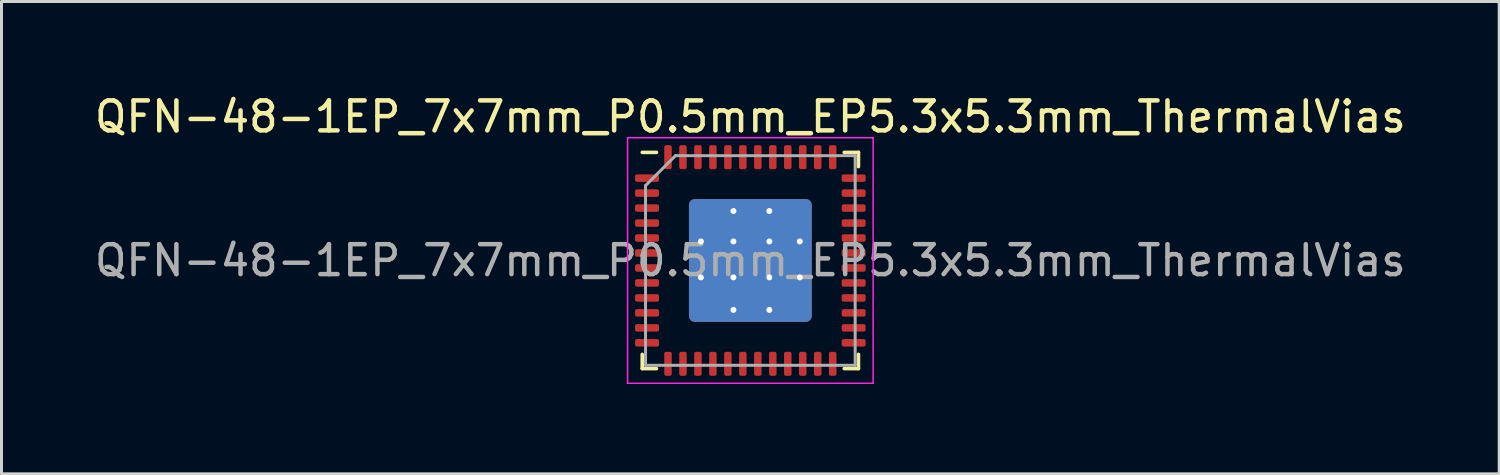
<source format=kicad_pcb>
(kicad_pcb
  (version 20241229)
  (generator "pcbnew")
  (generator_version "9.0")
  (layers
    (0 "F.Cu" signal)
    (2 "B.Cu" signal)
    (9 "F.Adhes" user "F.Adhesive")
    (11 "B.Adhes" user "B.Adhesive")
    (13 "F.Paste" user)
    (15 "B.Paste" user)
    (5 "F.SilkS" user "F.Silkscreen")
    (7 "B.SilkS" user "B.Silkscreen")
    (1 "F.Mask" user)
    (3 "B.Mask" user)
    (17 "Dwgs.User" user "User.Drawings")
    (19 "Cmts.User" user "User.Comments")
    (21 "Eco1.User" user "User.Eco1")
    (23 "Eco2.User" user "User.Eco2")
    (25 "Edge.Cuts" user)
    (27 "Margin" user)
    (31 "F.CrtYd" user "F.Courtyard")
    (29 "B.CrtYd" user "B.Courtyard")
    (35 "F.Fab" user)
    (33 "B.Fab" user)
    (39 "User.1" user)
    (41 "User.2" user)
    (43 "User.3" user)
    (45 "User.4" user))
  (footprint "QFN-48-1EP_7x7mm_P0.5mm_EP5.3x5.3mm_ThermalVias"
    (layer "F.Cu")
    (at 22.006 5.648)
    (property "Reference" "QFN-48-1EP_7x7mm_P0.5mm_EP5.3x5.3mm_ThermalVias" (at 0 -4.8 0) (layer "F.SilkS") (effects (font (size 1 1) (thickness 0.15))))
    (attr smd)
    (fp_line (start -3.61 3.61) (end -3.61 3.135) (stroke (width 0.12) (type solid)) (layer "F.SilkS"))
    (fp_line (start -3.135 -3.61) (end -3.61 -3.61) (stroke (width 0.12) (type solid)) (layer "F.SilkS"))
    (fp_line (start -3.135 3.61) (end -3.61 3.61) (stroke (width 0.12) (type solid)) (layer "F.SilkS"))
    (fp_line (start 3.135 -3.61) (end 3.61 -3.61) (stroke (width 0.12) (type solid)) (layer "F.SilkS"))
    (fp_line (start 3.135 3.61) (end 3.61 3.61) (stroke (width 0.12) (type solid)) (layer "F.SilkS"))
    (fp_line (start 3.61 -3.61) (end 3.61 -3.135) (stroke (width 0.12) (type solid)) (layer "F.SilkS"))
    (fp_line (start 3.61 3.61) (end 3.61 3.135) (stroke (width 0.12) (type solid)) (layer "F.SilkS"))
    (fp_line (start -4.1 -4.1) (end -4.1 4.1) (stroke (width 0.05) (type solid)) (layer "F.CrtYd"))
    (fp_line (start -4.1 4.1) (end 4.1 4.1) (stroke (width 0.05) (type solid)) (layer "F.CrtYd"))
    (fp_line (start 4.1 -4.1) (end -4.1 -4.1) (stroke (width 0.05) (type solid)) (layer "F.CrtYd"))
    (fp_line (start 4.1 4.1) (end 4.1 -4.1) (stroke (width 0.05) (type solid)) (layer "F.CrtYd"))
    (fp_line (start -3.5 -2.5) (end -2.5 -3.5) (stroke (width 0.1) (type solid)) (layer "F.Fab"))
    (fp_line (start -3.5 3.5) (end -3.5 -2.5) (stroke (width 0.1) (type solid)) (layer "F.Fab"))
    (fp_line (start -2.5 -3.5) (end 3.5 -3.5) (stroke (width 0.1) (type solid)) (layer "F.Fab"))
    (fp_line (start 3.5 -3.5) (end 3.5 3.5) (stroke (width 0.1) (type solid)) (layer "F.Fab"))
    (fp_line (start 3.5 3.5) (end -3.5 3.5) (stroke (width 0.1) (type solid)) (layer "F.Fab"))
    (fp_text user "${REFERENCE}" (at 0 0 0) (layer "F.Fab") (effects (font (size 1 1) (thickness 0.15))))
    (pad "" smd roundrect (at -1.165 -1.235) (size 1.026 1.026) (layers "F.Paste") (roundrect_rratio 0.244))
    (pad "" smd roundrect (at -1.165 -0.035) (size 1.026 1.026) (layers "F.Paste") (roundrect_rratio 0.244))
    (pad "" smd roundrect (at -1.165 1.165) (size 1.026 1.026) (layers "F.Paste") (roundrect_rratio 0.244))
    (pad "" smd roundrect (at 0.035 -1.235) (size 1.026 1.026) (layers "F.Paste") (roundrect_rratio 0.244))
    (pad "" smd roundrect (at 0.035 -0.035) (size 1.026 1.026) (layers "F.Paste") (roundrect_rratio 0.244))
    (pad "" smd roundrect (at 0.035 1.165) (size 1.026 1.026) (layers "F.Paste") (roundrect_rratio 0.244))
    (pad "" smd roundrect (at 1.235 -1.235) (size 1.026 1.026) (layers "F.Paste") (roundrect_rratio 0.244))
    (pad "" smd roundrect (at 1.235 -0.035) (size 1.026 1.026) (layers "F.Paste") (roundrect_rratio 0.244))
    (pad "" smd roundrect (at 1.235 1.165) (size 1.026 1.026) (layers "F.Paste") (roundrect_rratio 0.244))
    (pad "1" smd roundrect (at -3.45 -2.75) (size 0.8 0.25) (layers "F.Cu" "F.Mask" "F.Paste") (roundrect_rratio 0.25))
    (pad "2" smd roundrect (at -3.45 -2.25) (size 0.8 0.25) (layers "F.Cu" "F.Mask" "F.Paste") (roundrect_rratio 0.25))
    (pad "3" smd roundrect (at -3.45 -1.75) (size 0.8 0.25) (layers "F.Cu" "F.Mask" "F.Paste") (roundrect_rratio 0.25))
    (pad "4" smd roundrect (at -3.45 -1.25) (size 0.8 0.25) (layers "F.Cu" "F.Mask" "F.Paste") (roundrect_rratio 0.25))
    (pad "5" smd roundrect (at -3.45 -0.75) (size 0.8 0.25) (layers "F.Cu" "F.Mask" "F.Paste") (roundrect_rratio 0.25))
    (pad "6" smd roundrect (at -3.45 -0.25) (size 0.8 0.25) (layers "F.Cu" "F.Mask" "F.Paste") (roundrect_rratio 0.25))
    (pad "7" smd roundrect (at -3.45 0.25) (size 0.8 0.25) (layers "F.Cu" "F.Mask" "F.Paste") (roundrect_rratio 0.25))
    (pad "8" smd roundrect (at -3.45 0.75) (size 0.8 0.25) (layers "F.Cu" "F.Mask" "F.Paste") (roundrect_rratio 0.25))
    (pad "9" smd roundrect (at -3.45 1.25) (size 0.8 0.25) (layers "F.Cu" "F.Mask" "F.Paste") (roundrect_rratio 0.25))
    (pad "10" smd roundrect (at -3.45 1.75) (size 0.8 0.25) (layers "F.Cu" "F.Mask" "F.Paste") (roundrect_rratio 0.25))
    (pad "11" smd roundrect (at -3.45 2.25) (size 0.8 0.25) (layers "F.Cu" "F.Mask" "F.Paste") (roundrect_rratio 0.25))
    (pad "12" smd roundrect (at -3.45 2.75) (size 0.8 0.25) (layers "F.Cu" "F.Mask" "F.Paste") (roundrect_rratio 0.25))
    (pad "13" smd roundrect (at -2.75 3.45) (size 0.25 0.8) (layers "F.Cu" "F.Mask" "F.Paste") (roundrect_rratio 0.25))
    (pad "14" smd roundrect (at -2.25 3.45) (size 0.25 0.8) (layers "F.Cu" "F.Mask" "F.Paste") (roundrect_rratio 0.25))
    (pad "15" smd roundrect (at -1.75 3.45) (size 0.25 0.8) (layers "F.Cu" "F.Mask" "F.Paste") (roundrect_rratio 0.25))
    (pad "16" smd roundrect (at -1.25 3.45) (size 0.25 0.8) (layers "F.Cu" "F.Mask" "F.Paste") (roundrect_rratio 0.25))
    (pad "17" smd roundrect (at -0.75 3.45) (size 0.25 0.8) (layers "F.Cu" "F.Mask" "F.Paste") (roundrect_rratio 0.25))
    (pad "18" smd roundrect (at -0.25 3.45) (size 0.25 0.8) (layers "F.Cu" "F.Mask" "F.Paste") (roundrect_rratio 0.25))
    (pad "19" smd roundrect (at 0.25 3.45) (size 0.25 0.8) (layers "F.Cu" "F.Mask" "F.Paste") (roundrect_rratio 0.25))
    (pad "20" smd roundrect (at 0.75 3.45) (size 0.25 0.8) (layers "F.Cu" "F.Mask" "F.Paste") (roundrect_rratio 0.25))
    (pad "21" smd roundrect (at 1.25 3.45) (size 0.25 0.8) (layers "F.Cu" "F.Mask" "F.Paste") (roundrect_rratio 0.25))
    (pad "22" smd roundrect (at 1.75 3.45) (size 0.25 0.8) (layers "F.Cu" "F.Mask" "F.Paste") (roundrect_rratio 0.25))
    (pad "23" smd roundrect (at 2.25 3.45) (size 0.25 0.8) (layers "F.Cu" "F.Mask" "F.Paste") (roundrect_rratio 0.25))
    (pad "24" smd roundrect (at 2.75 3.45) (size 0.25 0.8) (layers "F.Cu" "F.Mask" "F.Paste") (roundrect_rratio 0.25))
    (pad "25" smd roundrect (at 3.45 2.75) (size 0.8 0.25) (layers "F.Cu" "F.Mask" "F.Paste") (roundrect_rratio 0.25))
    (pad "26" smd roundrect (at 3.45 2.25) (size 0.8 0.25) (layers "F.Cu" "F.Mask" "F.Paste") (roundrect_rratio 0.25))
    (pad "27" smd roundrect (at 3.45 1.75) (size 0.8 0.25) (layers "F.Cu" "F.Mask" "F.Paste") (roundrect_rratio 0.25))
    (pad "28" smd roundrect (at 3.45 1.25) (size 0.8 0.25) (layers "F.Cu" "F.Mask" "F.Paste") (roundrect_rratio 0.25))
    (pad "29" smd roundrect (at 3.45 0.75) (size 0.8 0.25) (layers "F.Cu" "F.Mask" "F.Paste") (roundrect_rratio 0.25))
    (pad "30" smd roundrect (at 3.45 0.25) (size 0.8 0.25) (layers "F.Cu" "F.Mask" "F.Paste") (roundrect_rratio 0.25))
    (pad "31" smd roundrect (at 3.45 -0.25) (size 0.8 0.25) (layers "F.Cu" "F.Mask" "F.Paste") (roundrect_rratio 0.25))
    (pad "32" smd roundrect (at 3.45 -0.75) (size 0.8 0.25) (layers "F.Cu" "F.Mask" "F.Paste") (roundrect_rratio 0.25))
    (pad "33" smd roundrect (at 3.45 -1.25) (size 0.8 0.25) (layers "F.Cu" "F.Mask" "F.Paste") (roundrect_rratio 0.25))
    (pad "34" smd roundrect (at 3.45 -1.75) (size 0.8 0.25) (layers "F.Cu" "F.Mask" "F.Paste") (roundrect_rratio 0.25))
    (pad "35" smd roundrect (at 3.45 -2.25) (size 0.8 0.25) (layers "F.Cu" "F.Mask" "F.Paste") (roundrect_rratio 0.25))
    (pad "36" smd roundrect (at 3.45 -2.75) (size 0.8 0.25) (layers "F.Cu" "F.Mask" "F.Paste") (roundrect_rratio 0.25))
    (pad "37" smd roundrect (at 2.75 -3.45) (size 0.25 0.8) (layers "F.Cu" "F.Mask" "F.Paste") (roundrect_rratio 0.25))
    (pad "38" smd roundrect (at 2.25 -3.45) (size 0.25 0.8) (layers "F.Cu" "F.Mask" "F.Paste") (roundrect_rratio 0.25))
    (pad "39" smd roundrect (at 1.75 -3.45) (size 0.25 0.8) (layers "F.Cu" "F.Mask" "F.Paste") (roundrect_rratio 0.25))
    (pad "40" smd roundrect (at 1.25 -3.45) (size 0.25 0.8) (layers "F.Cu" "F.Mask" "F.Paste") (roundrect_rratio 0.25))
    (pad "41" smd roundrect (at 0.75 -3.45) (size 0.25 0.8) (layers "F.Cu" "F.Mask" "F.Paste") (roundrect_rratio 0.25))
    (pad "42" smd roundrect (at 0.25 -3.45) (size 0.25 0.8) (layers "F.Cu" "F.Mask" "F.Paste") (roundrect_rratio 0.25))
    (pad "43" smd roundrect (at -0.25 -3.45) (size 0.25 0.8) (layers "F.Cu" "F.Mask" "F.Paste") (roundrect_rratio 0.25))
    (pad "44" smd roundrect (at -0.75 -3.45) (size 0.25 0.8) (layers "F.Cu" "F.Mask" "F.Paste") (roundrect_rratio 0.25))
    (pad "45" smd roundrect (at -1.25 -3.45) (size 0.25 0.8) (layers "F.Cu" "F.Mask" "F.Paste") (roundrect_rratio 0.25))
    (pad "46" smd roundrect (at -1.75 -3.45) (size 0.25 0.8) (layers "F.Cu" "F.Mask" "F.Paste") (roundrect_rratio 0.25))
    (pad "47" smd roundrect (at -2.25 -3.45) (size 0.25 0.8) (layers "F.Cu" "F.Mask" "F.Paste") (roundrect_rratio 0.25))
    (pad "48" smd roundrect (at -2.75 -3.45) (size 0.25 0.8) (layers "F.Cu" "F.Mask" "F.Paste") (roundrect_rratio 0.25))
    (pad "49" thru_hole circle (at -1.651 -0.635) (size 0.5 0.5) (drill 0.2) (layers "*.Cu"))
    (pad "49" thru_hole circle (at -1.651 0.565) (size 0.5 0.5) (drill 0.2) (layers "*.Cu"))
    (pad "49" thru_hole circle (at -0.565 -1.651) (size 0.5 0.5) (drill 0.2) (layers "*.Cu"))
    (pad "49" thru_hole circle (at -0.565 -0.635) (size 0.5 0.5) (drill 0.2) (layers "*.Cu"))
    (pad "49" thru_hole circle (at -0.565 0.565) (size 0.5 0.5) (drill 0.2) (layers "*.Cu"))
    (pad "49" thru_hole circle (at -0.565 1.651) (size 0.5 0.5) (drill 0.2) (layers "*.Cu"))
    (pad "49" smd roundrect (at 0 0) (size 4.1 4.1) (layers "F.Cu" "F.Mask") (roundrect_rratio 0.047))
    (pad "49" smd roundrect (at 0 0) (size 4.1 4.1) (layers "B.Cu") (roundrect_rratio 0.047))
    (pad "49" thru_hole circle (at 0.635 -1.651) (size 0.5 0.5) (drill 0.2) (layers "*.Cu"))
    (pad "49" thru_hole circle (at 0.635 -0.635) (size 0.5 0.5) (drill 0.2) (layers "*.Cu"))
    (pad "49" thru_hole circle (at 0.635 0.565) (size 0.5 0.5) (drill 0.2) (layers "*.Cu"))
    (pad "49" thru_hole circle (at 0.635 1.651) (size 0.5 0.5) (drill 0.2) (layers "*.Cu"))
    (pad "49" thru_hole circle (at 1.651 -0.635) (size 0.5 0.5) (drill 0.2) (layers "*.Cu"))
    (pad "49" thru_hole circle (at 1.651 0.565) (size 0.5 0.5) (drill 0.2) (layers "*.Cu")))
  (gr_rect
    (start -3 -3)
    (end 47.012 12.773)
    (stroke (width 0.1) (type default))
    (fill no)
    (layer "Edge.Cuts")))
</source>
